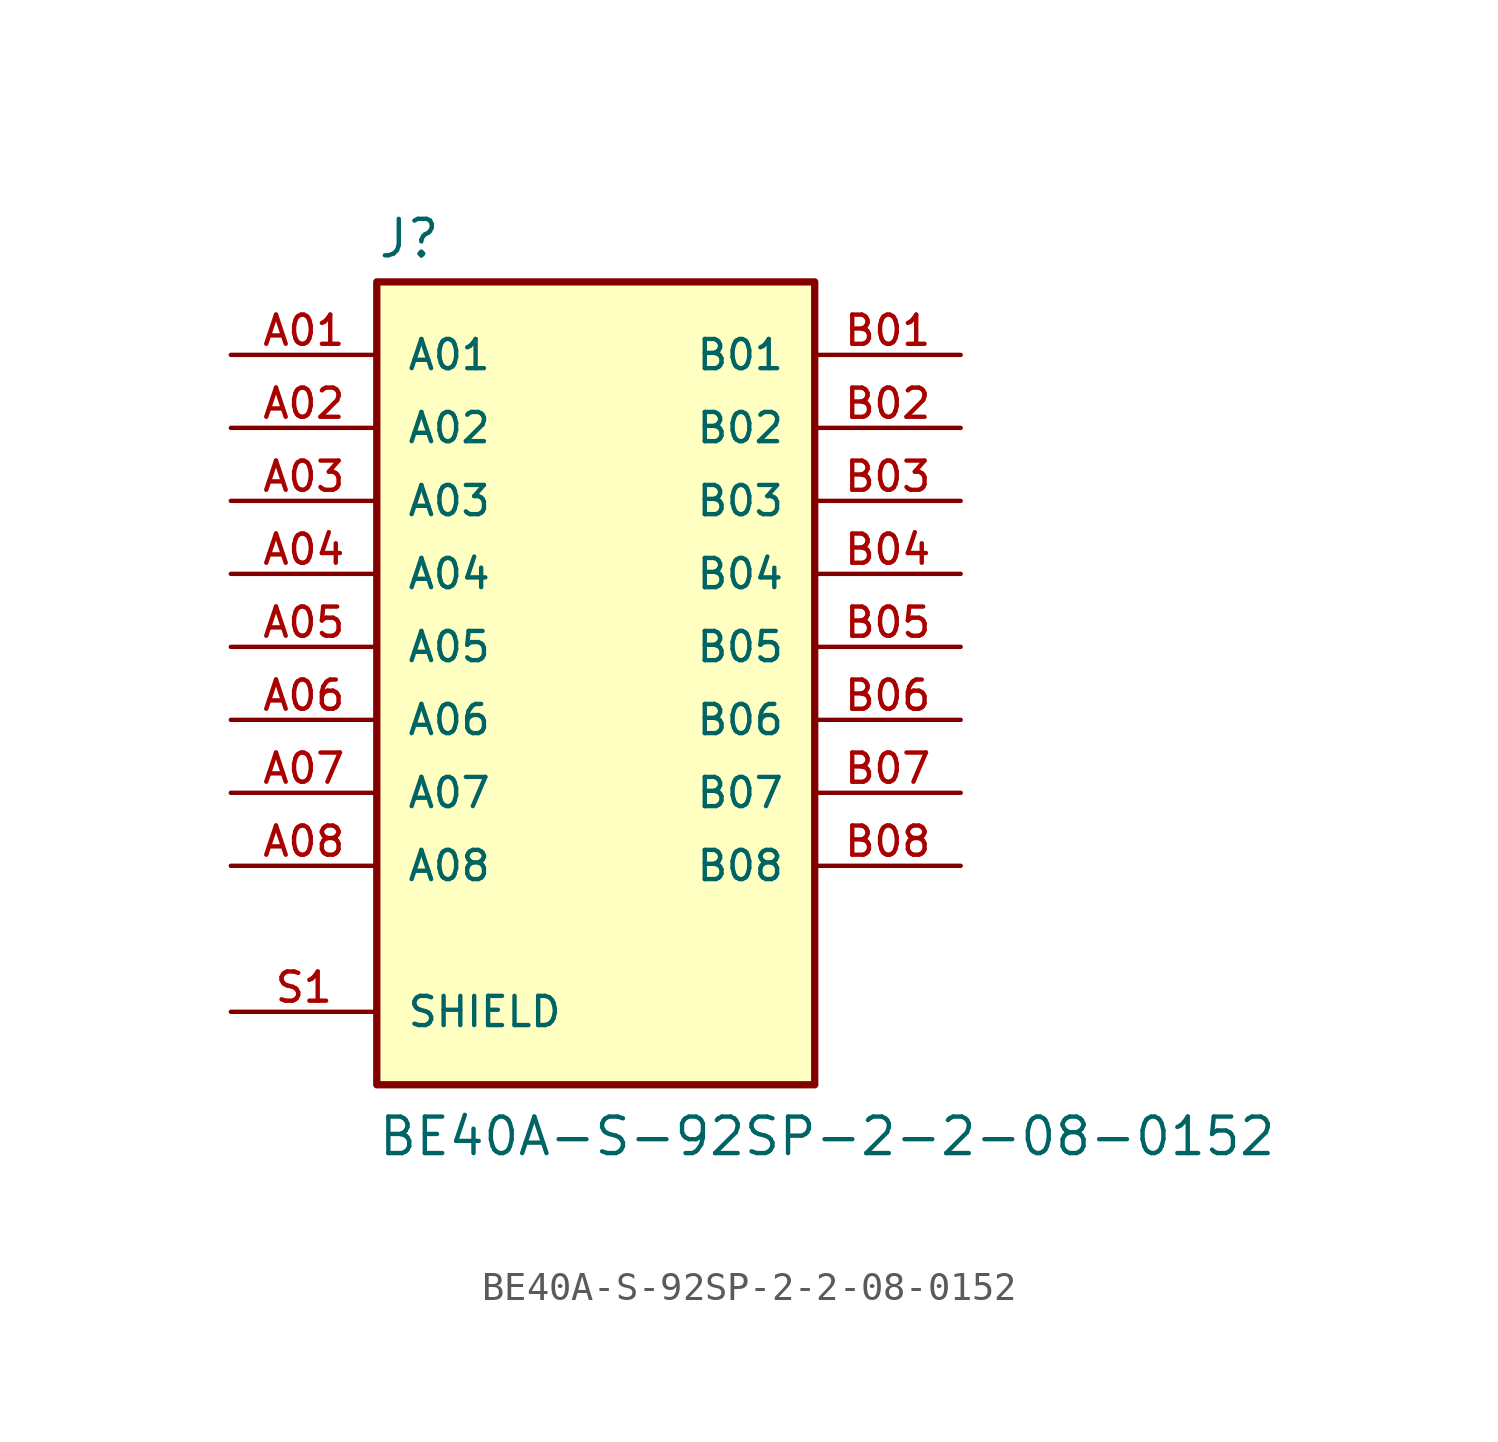
<source format=kicad_sym>
(kicad_symbol_lib
  (version 20211014)
  (generator kicad_symbol_editor)
  (symbol "BE40A-S-92SP-2-2-08-0152"
    (pin_names
      (offset 1.016))
    (property "Reference" "J"
      (at -7.62 13.462 0)
      (effects (font (size 1.27 1.27)) (justify bottom left)))
    (property "Value" "BE40A-S-92SP-2-2-08-0152"
      (at -7.62 -17.78 0)
      (effects (font (size 1.27 1.27)) (justify bottom left)))
    (symbol "BE40A-S-92SP-2-2-08-0152_0_0"
      (rectangle (start -7.62 -15.24) (end 7.62 12.7) (stroke (width 0.254)) (fill (type background)))
      (pin passive line (at -12.7 10.16 0) (length 5.08) (name "A01" (effects (font (size 1.016 1.016)))) (number "A01" (effects (font (size 1.016 1.016)))))
      (pin passive line (at 12.7 10.16 180.0) (length 5.08) (name "B01" (effects (font (size 1.016 1.016)))) (number "B01" (effects (font (size 1.016 1.016)))))
      (pin passive line (at -12.7 7.62 0) (length 5.08) (name "A02" (effects (font (size 1.016 1.016)))) (number "A02" (effects (font (size 1.016 1.016)))))
      (pin passive line (at -12.7 5.08 0) (length 5.08) (name "A03" (effects (font (size 1.016 1.016)))) (number "A03" (effects (font (size 1.016 1.016)))))
      (pin passive line (at 12.7 7.62 180.0) (length 5.08) (name "B02" (effects (font (size 1.016 1.016)))) (number "B02" (effects (font (size 1.016 1.016)))))
      (pin passive line (at 12.7 5.08 180.0) (length 5.08) (name "B03" (effects (font (size 1.016 1.016)))) (number "B03" (effects (font (size 1.016 1.016)))))
      (pin passive line (at 12.7 2.54 180.0) (length 5.08) (name "B04" (effects (font (size 1.016 1.016)))) (number "B04" (effects (font (size 1.016 1.016)))))
      (pin passive line (at -12.7 2.54 0) (length 5.08) (name "A04" (effects (font (size 1.016 1.016)))) (number "A04" (effects (font (size 1.016 1.016)))))
      (pin passive line (at -12.7 0.0 0) (length 5.08) (name "A05" (effects (font (size 1.016 1.016)))) (number "A05" (effects (font (size 1.016 1.016)))))
      (pin passive line (at 12.7 0.0 180.0) (length 5.08) (name "B05" (effects (font (size 1.016 1.016)))) (number "B05" (effects (font (size 1.016 1.016)))))
      (pin passive line (at -12.7 -2.54 0) (length 5.08) (name "A06" (effects (font (size 1.016 1.016)))) (number "A06" (effects (font (size 1.016 1.016)))))
      (pin passive line (at 12.7 -2.54 180.0) (length 5.08) (name "B06" (effects (font (size 1.016 1.016)))) (number "B06" (effects (font (size 1.016 1.016)))))
      (pin passive line (at -12.7 -5.08 0) (length 5.08) (name "A07" (effects (font (size 1.016 1.016)))) (number "A07" (effects (font (size 1.016 1.016)))))
      (pin passive line (at -12.7 -7.62 0) (length 5.08) (name "A08" (effects (font (size 1.016 1.016)))) (number "A08" (effects (font (size 1.016 1.016)))))
      (pin passive line (at 12.7 -5.08 180.0) (length 5.08) (name "B07" (effects (font (size 1.016 1.016)))) (number "B07" (effects (font (size 1.016 1.016)))))
      (pin passive line (at 12.7 -7.62 180.0) (length 5.08) (name "B08" (effects (font (size 1.016 1.016)))) (number "B08" (effects (font (size 1.016 1.016)))))
      (pin passive line (at -12.7 -12.7 0) (length 5.08) (name "SHIELD" (effects (font (size 1.016 1.016)))) (number "S1" (effects (font (size 1.016 1.016))))))))
</source>
